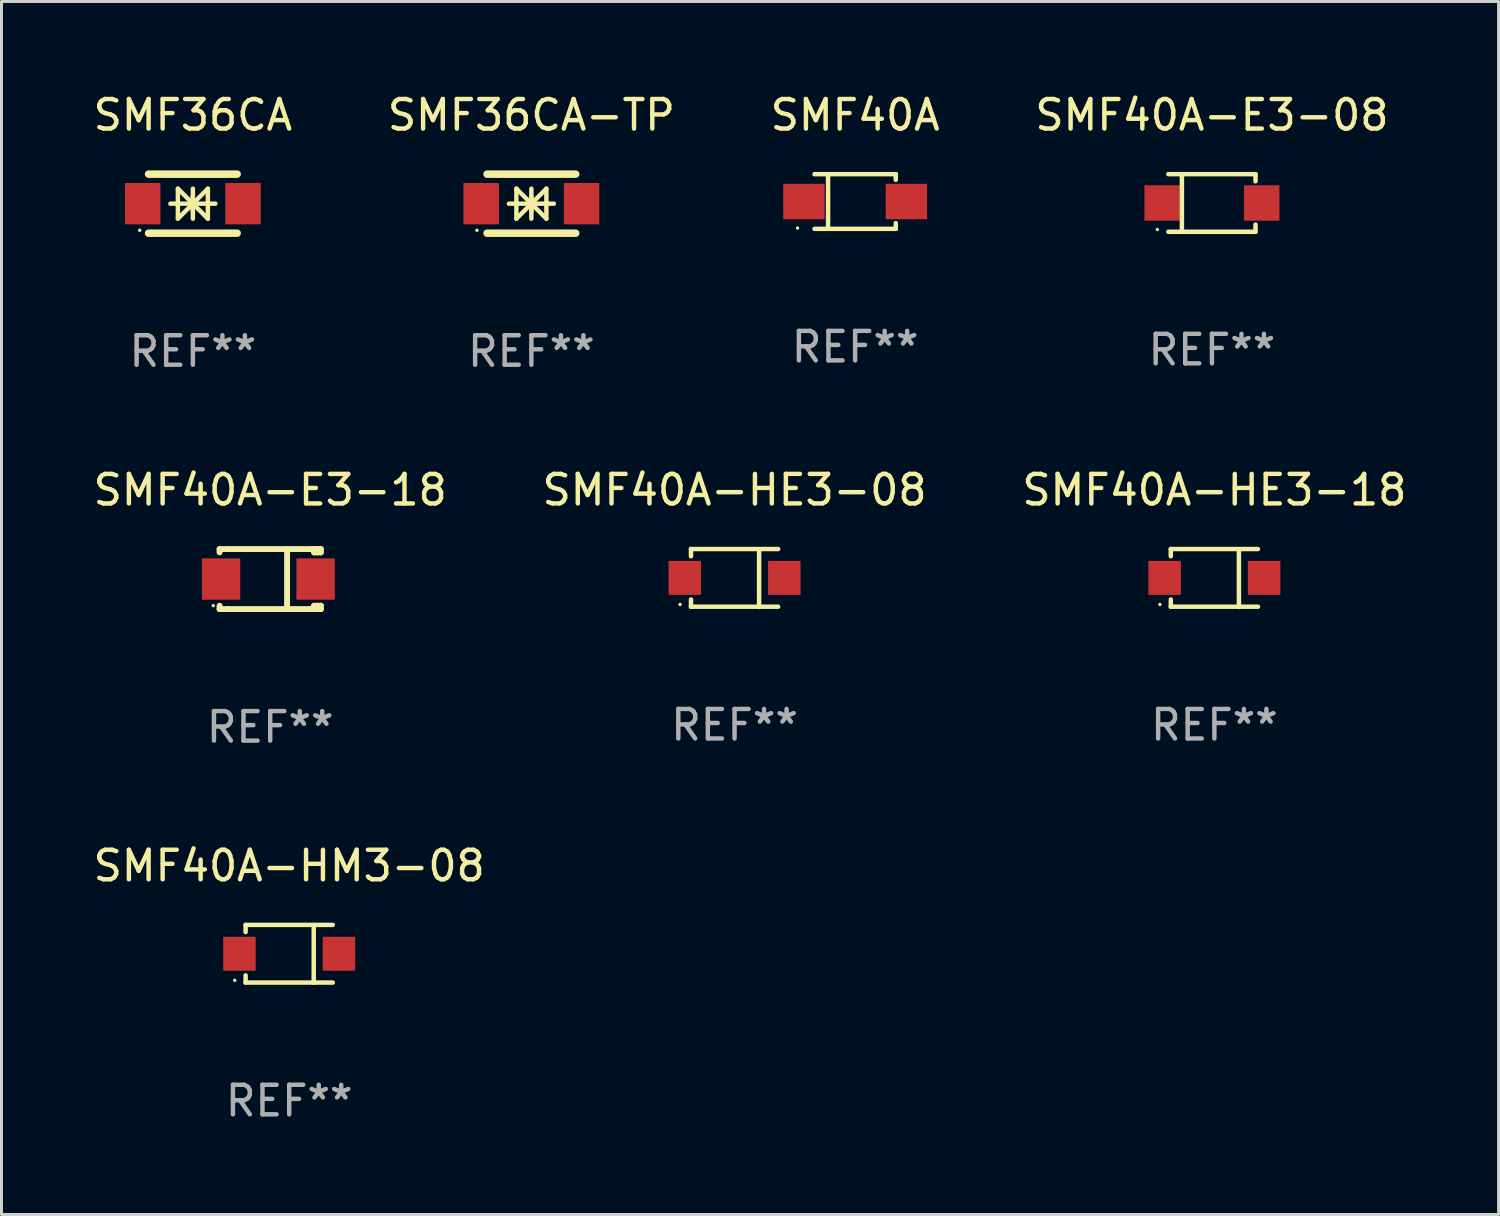
<source format=kicad_pcb>
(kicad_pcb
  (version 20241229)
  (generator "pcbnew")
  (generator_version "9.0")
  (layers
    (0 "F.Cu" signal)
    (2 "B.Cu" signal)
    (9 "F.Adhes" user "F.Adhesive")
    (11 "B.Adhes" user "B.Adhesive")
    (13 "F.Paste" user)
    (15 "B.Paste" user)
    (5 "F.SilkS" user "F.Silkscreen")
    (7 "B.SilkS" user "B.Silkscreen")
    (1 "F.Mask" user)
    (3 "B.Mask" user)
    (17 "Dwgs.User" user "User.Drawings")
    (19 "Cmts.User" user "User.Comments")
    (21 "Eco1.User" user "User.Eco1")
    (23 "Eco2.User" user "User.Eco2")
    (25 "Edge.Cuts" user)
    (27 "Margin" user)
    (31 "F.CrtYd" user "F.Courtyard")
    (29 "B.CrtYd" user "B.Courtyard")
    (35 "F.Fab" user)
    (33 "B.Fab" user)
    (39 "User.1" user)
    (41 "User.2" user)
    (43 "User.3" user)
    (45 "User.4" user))
  (footprint "SMF40A-HM3-08"
    (layer "F.Cu")
    (at 6.744 29.253)
    (property "Reference" "SMF40A-HM3-08" (at 0 -2.98 0) (layer "F.SilkS") (effects (font (size 1 1) (thickness 0.15))))
    (attr through_hole)
    (fp_line (start -1.476 -0.98) (end -1.476 -0.737) (stroke (width 0.152) (type solid)) (layer "F.SilkS"))
    (fp_line (start -1.476 0.973) (end -1.476 0.73) (stroke (width 0.152) (type solid)) (layer "F.SilkS"))
    (fp_line (start 0.831 0.98) (end 0.831 -0.973) (stroke (width 0.152) (type solid)) (layer "F.SilkS"))
    (fp_line (start 1.476 -0.98) (end -1.476 -0.98) (stroke (width 0.152) (type solid)) (layer "F.SilkS"))
    (fp_line (start 1.476 0.973) (end -1.476 0.973) (stroke (width 0.152) (type solid)) (layer "F.SilkS"))
    (fp_circle (center -1.845 0.897) (end -1.815 0.897) (stroke (width 0.06) (type solid)) (fill no) (layer "F.SilkS"))
    (fp_text user "REF**" (at 0 4.98 0) (layer "F.Fab") (effects (font (size 1 1) (thickness 0.15))))
    (pad "1" smd rect (at -1.685 -0.003) (size 1.1 1.15) (layers "F.Cu" "F.Mask" "F.Paste"))
    (pad "2" smd rect (at 1.685 -0.003) (size 1.1 1.15) (layers "F.Cu" "F.Mask" "F.Paste")))
  (footprint "SMF40A-E3-18"
    (layer "F.Cu")
    (at 6.101 16.561)
    (property "Reference" "SMF40A-E3-18" (at 0 -3.016 0) (layer "F.SilkS") (effects (font (size 1 1) (thickness 0.15))))
    (attr through_hole)
    (fp_line (start -1.715 -1.016) (end -1.715 -0.904) (stroke (width 0.2) (type solid)) (layer "F.SilkS"))
    (fp_line (start -1.715 0.904) (end -1.715 1.016) (stroke (width 0.2) (type solid)) (layer "F.SilkS"))
    (fp_line (start -1.715 1.016) (end -1.461 1.016) (stroke (width 0.2) (type solid)) (layer "F.SilkS"))
    (fp_line (start -1.461 -1.016) (end -1.715 -1.016) (stroke (width 0.2) (type solid)) (layer "F.SilkS"))
    (fp_line (start -1.461 -1.016) (end 1.339 -1.016) (stroke (width 0.2) (type solid)) (layer "F.SilkS"))
    (fp_line (start -1.461 1.016) (end 1.339 1.016) (stroke (width 0.2) (type solid)) (layer "F.SilkS"))
    (fp_line (start 0.572 -1.016) (end 0.571 1.016) (stroke (width 0.2) (type solid)) (layer "F.SilkS"))
    (fp_line (start 1.339 -1.016) (end 1.588 -1.016) (stroke (width 0.2) (type solid)) (layer "F.SilkS"))
    (fp_line (start 1.339 1.016) (end 1.486 1.016) (stroke (width 0.2) (type solid)) (layer "F.SilkS"))
    (fp_line (start 1.486 -0.904) (end 1.486 -1.016) (stroke (width 0.2) (type solid)) (layer "F.SilkS"))
    (fp_line (start 1.486 1.016) (end 1.486 0.904) (stroke (width 0.2) (type solid)) (layer "F.SilkS"))
    (fp_line (start 1.588 -1.016) (end 1.603 -1.016) (stroke (width 0.2) (type solid)) (layer "F.SilkS"))
    (fp_line (start 1.588 -1.016) (end 1.715 -1.016) (stroke (width 0.2) (type solid)) (layer "F.SilkS"))
    (fp_line (start 1.603 -1.016) (end 1.603 -0.904) (stroke (width 0.2) (type solid)) (layer "F.SilkS"))
    (fp_line (start 1.603 0.904) (end 1.603 1.016) (stroke (width 0.2) (type solid)) (layer "F.SilkS"))
    (fp_line (start 1.715 -1.016) (end 1.715 -0.904) (stroke (width 0.2) (type solid)) (layer "F.SilkS"))
    (fp_line (start 1.715 -0.904) (end 1.486 -0.904) (stroke (width 0.2) (type solid)) (layer "F.SilkS"))
    (fp_line (start 1.715 0.904) (end 1.486 0.904) (stroke (width 0.2) (type solid)) (layer "F.SilkS"))
    (fp_line (start 1.715 0.904) (end 1.715 1.016) (stroke (width 0.2) (type solid)) (layer "F.SilkS"))
    (fp_line (start 1.715 1.016) (end 1.339 1.016) (stroke (width 0.2) (type solid)) (layer "F.SilkS"))
    (fp_circle (center -1.929 0.9) (end -1.899 0.9) (stroke (width 0.06) (type solid)) (fill no) (layer "F.SilkS"))
    (fp_text user "REF**" (at 0 5.016 0) (layer "F.Fab") (effects (font (size 1 1) (thickness 0.15))))
    (pad "1" smd rect (at -1.664 0) (size 1.3 1.4) (layers "F.Cu" "F.Mask" "F.Paste"))
    (pad "2" smd rect (at 1.537 0) (size 1.3 1.4) (layers "F.Cu" "F.Mask" "F.Paste")))
  (footprint "SMF40A-HE3-08"
    (layer "F.Cu")
    (at 21.827 16.524)
    (property "Reference" "SMF40A-HE3-08" (at 0 -2.98 0) (layer "F.SilkS") (effects (font (size 1 1) (thickness 0.15))))
    (attr through_hole)
    (fp_line (start -1.476 -0.98) (end -1.476 -0.737) (stroke (width 0.152) (type solid)) (layer "F.SilkS"))
    (fp_line (start -1.476 0.973) (end -1.476 0.73) (stroke (width 0.152) (type solid)) (layer "F.SilkS"))
    (fp_line (start 0.831 0.98) (end 0.831 -0.973) (stroke (width 0.152) (type solid)) (layer "F.SilkS"))
    (fp_line (start 1.476 -0.98) (end -1.476 -0.98) (stroke (width 0.152) (type solid)) (layer "F.SilkS"))
    (fp_line (start 1.476 0.973) (end -1.476 0.973) (stroke (width 0.152) (type solid)) (layer "F.SilkS"))
    (fp_circle (center -1.845 0.897) (end -1.815 0.897) (stroke (width 0.06) (type solid)) (fill no) (layer "F.SilkS"))
    (fp_text user "REF**" (at 0 4.98 0) (layer "F.Fab") (effects (font (size 1 1) (thickness 0.15))))
    (pad "1" smd rect (at -1.685 -0.003) (size 1.1 1.15) (layers "F.Cu" "F.Mask" "F.Paste"))
    (pad "2" smd rect (at 1.685 -0.003) (size 1.1 1.15) (layers "F.Cu" "F.Mask" "F.Paste")))
  (footprint "SMF40A-E3-08"
    (layer "F.Cu")
    (at 37.994 3.824)
    (property "Reference" "SMF40A-E3-08" (at 0 -2.976 0) (layer "F.SilkS") (effects (font (size 1 1) (thickness 0.15))))
    (attr through_hole)
    (fp_line (start -1.476 -0.976) (end 1.476 -0.976) (stroke (width 0.152) (type solid)) (layer "F.SilkS"))
    (fp_line (start -1.476 0.976) (end 1.476 0.976) (stroke (width 0.152) (type solid)) (layer "F.SilkS"))
    (fp_line (start -1.017 -0.976) (end -1.017 0.976) (stroke (width 0.152) (type solid)) (layer "F.SilkS"))
    (fp_line (start 1.476 -0.976) (end 1.476 -0.733) (stroke (width 0.152) (type solid)) (layer "F.SilkS"))
    (fp_line (start 1.476 0.976) (end 1.476 0.733) (stroke (width 0.152) (type solid)) (layer "F.SilkS"))
    (fp_circle (center -1.85 0.9) (end -1.82 0.9) (stroke (width 0.06) (type solid)) (fill no) (layer "F.SilkS"))
    (fp_text user "REF**" (at 0 4.976 0) (layer "F.Fab") (effects (font (size 1 1) (thickness 0.15))))
    (pad "1" smd rect (at -1.685 0) (size 1.2 1.2) (layers "F.Cu" "F.Mask" "F.Paste"))
    (pad "2" smd rect (at 1.685 0) (size 1.2 1.2) (layers "F.Cu" "F.Mask" "F.Paste")))
  (footprint "SMF36CA"
    (layer "F.Cu")
    (at 3.482 3.848)
    (property "Reference" "SMF36CA" (at 0 -3 0) (layer "F.SilkS") (effects (font (size 1 1) (thickness 0.15))))
    (attr through_hole)
    (fp_line (start -1.5 -1) (end 1.5 -1) (stroke (width 0.254) (type solid)) (layer "F.SilkS"))
    (fp_line (start -1.5 1) (end 1.5 1) (stroke (width 0.254) (type solid)) (layer "F.SilkS"))
    (fp_line (start -0.762 0) (end 0.762 0) (stroke (width 0.15) (type solid)) (layer "F.SilkS"))
    (fp_line (start -0.508 -0.508) (end -0.508 0.508) (stroke (width 0.15) (type solid)) (layer "F.SilkS"))
    (fp_line (start 0 -0.508) (end 0 0.508) (stroke (width 0.15) (type solid)) (layer "F.SilkS"))
    (fp_line (start 0 0) (end -0.508 -0.508) (stroke (width 0.15) (type solid)) (layer "F.SilkS"))
    (fp_line (start 0 0) (end -0.508 0.508) (stroke (width 0.15) (type solid)) (layer "F.SilkS"))
    (fp_line (start 0 0) (end 0.508 -0.508) (stroke (width 0.15) (type solid)) (layer "F.SilkS"))
    (fp_line (start 0 0) (end 0.508 0.508) (stroke (width 0.15) (type solid)) (layer "F.SilkS"))
    (fp_line (start 0 0.254) (end 0 -0.254) (stroke (width 0.15) (type solid)) (layer "F.SilkS"))
    (fp_line (start 0.508 0.508) (end 0.508 -0.508) (stroke (width 0.15) (type solid)) (layer "F.SilkS"))
    (fp_circle (center -1.8 0.9) (end -1.77 0.9) (stroke (width 0.06) (type solid)) (fill no) (layer "F.SilkS"))
    (fp_text user "REF**" (at 0 5 0) (layer "F.Fab") (effects (font (size 1 1) (thickness 0.15))))
    (pad "1" smd rect (at -1.7 0) (size 1.2 1.4) (layers "F.Cu" "F.Mask" "F.Paste"))
    (pad "2" smd rect (at 1.7 0) (size 1.2 1.4) (layers "F.Cu" "F.Mask" "F.Paste")))
  (footprint "SMF40A-HE3-18"
    (layer "F.Cu")
    (at 38.077 16.524)
    (property "Reference" "SMF40A-HE3-18" (at 0 -2.98 0) (layer "F.SilkS") (effects (font (size 1 1) (thickness 0.15))))
    (attr through_hole)
    (fp_line (start -1.476 -0.98) (end -1.476 -0.737) (stroke (width 0.152) (type solid)) (layer "F.SilkS"))
    (fp_line (start -1.476 0.973) (end -1.476 0.73) (stroke (width 0.152) (type solid)) (layer "F.SilkS"))
    (fp_line (start 0.831 0.98) (end 0.831 -0.973) (stroke (width 0.152) (type solid)) (layer "F.SilkS"))
    (fp_line (start 1.476 -0.98) (end -1.476 -0.98) (stroke (width 0.152) (type solid)) (layer "F.SilkS"))
    (fp_line (start 1.476 0.973) (end -1.476 0.973) (stroke (width 0.152) (type solid)) (layer "F.SilkS"))
    (fp_circle (center -1.845 0.897) (end -1.815 0.897) (stroke (width 0.06) (type solid)) (fill no) (layer "F.SilkS"))
    (fp_text user "REF**" (at 0 4.98 0) (layer "F.Fab") (effects (font (size 1 1) (thickness 0.15))))
    (pad "1" smd rect (at -1.685 -0.003) (size 1.1 1.15) (layers "F.Cu" "F.Mask" "F.Paste"))
    (pad "2" smd rect (at 1.685 -0.003) (size 1.1 1.15) (layers "F.Cu" "F.Mask" "F.Paste")))
  (footprint "SMF40A"
    (layer "F.Cu")
    (at 25.911 3.774)
    (property "Reference" "SMF40A" (at 0 -2.926 0) (layer "F.SilkS") (effects (font (size 1 1) (thickness 0.15))))
    (attr through_hole)
    (fp_line (start -1.376 -0.926) (end 1.376 -0.926) (stroke (width 0.152) (type solid)) (layer "F.SilkS"))
    (fp_line (start -1.376 0.926) (end 1.376 0.926) (stroke (width 0.152) (type solid)) (layer "F.SilkS"))
    (fp_line (start -0.917 -0.876) (end -0.917 0.876) (stroke (width 0.152) (type solid)) (layer "F.SilkS"))
    (fp_line (start 1.376 -0.926) (end 1.376 -0.733) (stroke (width 0.152) (type solid)) (layer "F.SilkS"))
    (fp_line (start 1.376 0.926) (end 1.376 0.733) (stroke (width 0.152) (type solid)) (layer "F.SilkS"))
    (fp_circle (center -1.95 0.9) (end -1.92 0.9) (stroke (width 0.06) (type solid)) (fill no) (layer "F.SilkS"))
    (fp_text user "REF**" (at 0 4.926 0) (layer "F.Fab") (effects (font (size 1 1) (thickness 0.15))))
    (pad "1" smd rect (at -1.735 0) (size 1.4 1.2) (layers "F.Cu" "F.Mask" "F.Paste"))
    (pad "2" smd rect (at 1.735 0) (size 1.4 1.2) (layers "F.Cu" "F.Mask" "F.Paste")))
  (footprint "SMF36CA-TP"
    (layer "F.Cu")
    (at 14.946 3.848)
    (property "Reference" "SMF36CA-TP" (at 0 -3 0) (layer "F.SilkS") (effects (font (size 1 1) (thickness 0.15))))
    (attr through_hole)
    (fp_line (start -1.5 -1) (end 1.5 -1) (stroke (width 0.254) (type solid)) (layer "F.SilkS"))
    (fp_line (start -1.5 1) (end 1.5 1) (stroke (width 0.254) (type solid)) (layer "F.SilkS"))
    (fp_line (start -0.762 0) (end 0.762 0) (stroke (width 0.15) (type solid)) (layer "F.SilkS"))
    (fp_line (start -0.508 -0.508) (end -0.508 0.508) (stroke (width 0.15) (type solid)) (layer "F.SilkS"))
    (fp_line (start 0 -0.508) (end 0 0.508) (stroke (width 0.15) (type solid)) (layer "F.SilkS"))
    (fp_line (start 0 0) (end -0.508 -0.508) (stroke (width 0.15) (type solid)) (layer "F.SilkS"))
    (fp_line (start 0 0) (end -0.508 0.508) (stroke (width 0.15) (type solid)) (layer "F.SilkS"))
    (fp_line (start 0 0) (end 0.508 -0.508) (stroke (width 0.15) (type solid)) (layer "F.SilkS"))
    (fp_line (start 0 0) (end 0.508 0.508) (stroke (width 0.15) (type solid)) (layer "F.SilkS"))
    (fp_line (start 0 0.254) (end 0 -0.254) (stroke (width 0.15) (type solid)) (layer "F.SilkS"))
    (fp_line (start 0.508 0.508) (end 0.508 -0.508) (stroke (width 0.15) (type solid)) (layer "F.SilkS"))
    (fp_circle (center -1.844 0.9) (end -1.814 0.9) (stroke (width 0.06) (type solid)) (fill no) (layer "F.SilkS"))
    (fp_text user "REF**" (at 0 5 0) (layer "F.Fab") (effects (font (size 1 1) (thickness 0.15))))
    (pad "1" smd rect (at -1.7 0) (size 1.2 1.4) (layers "F.Cu" "F.Mask" "F.Paste"))
    (pad "2" smd rect (at 1.7 0) (size 1.2 1.4) (layers "F.Cu" "F.Mask" "F.Paste")))
  (gr_rect
    (start -3 -3)
    (end 47.702 38.081)
    (stroke (width 0.1) (type default))
    (fill no)
    (layer "Edge.Cuts")))
</source>
